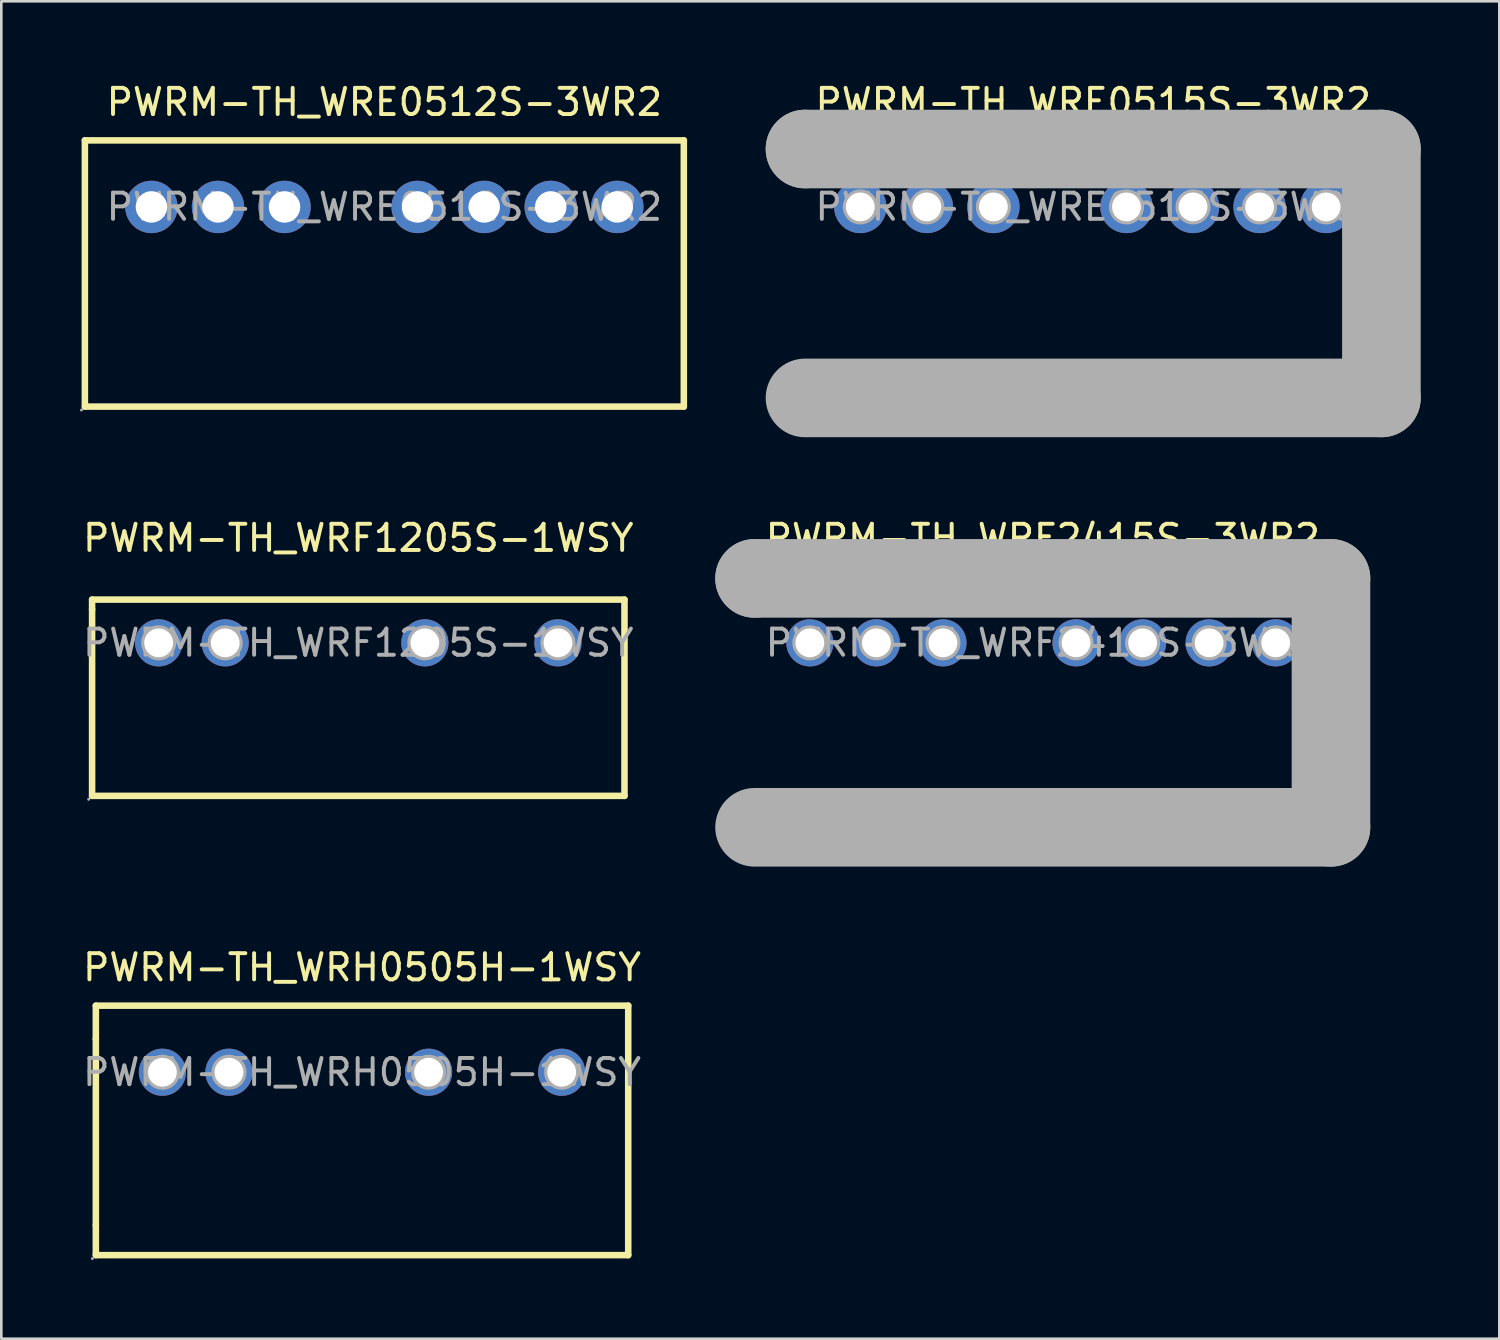
<source format=kicad_pcb>
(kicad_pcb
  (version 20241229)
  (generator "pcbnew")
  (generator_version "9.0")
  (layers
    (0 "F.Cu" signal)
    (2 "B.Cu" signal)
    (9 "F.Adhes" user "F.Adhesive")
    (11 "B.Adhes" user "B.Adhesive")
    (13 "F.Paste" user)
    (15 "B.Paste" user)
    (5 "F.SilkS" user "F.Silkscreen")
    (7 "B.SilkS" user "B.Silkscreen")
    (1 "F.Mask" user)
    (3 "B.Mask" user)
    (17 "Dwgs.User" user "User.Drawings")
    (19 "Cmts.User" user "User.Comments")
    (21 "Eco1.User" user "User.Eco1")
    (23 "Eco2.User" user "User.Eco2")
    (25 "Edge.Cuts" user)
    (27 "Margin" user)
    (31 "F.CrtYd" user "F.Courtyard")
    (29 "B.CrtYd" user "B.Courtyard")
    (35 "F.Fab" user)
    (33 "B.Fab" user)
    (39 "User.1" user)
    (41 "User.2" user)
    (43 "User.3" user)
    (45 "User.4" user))
  (footprint "PWRM-TH_WRF1205S-1WSY"
    (layer "F.Cu")
    (at 10.625 21.486)
    (property "Reference" "PWRM-TH_WRF1205S-1WSY" (at 0 -4 0) (layer "F.SilkS") (effects (font (size 1 1) (thickness 0.15))))
    (attr through_hole)
    (fp_line (start -10.16 -1.65) (end 10.16 -1.65) (stroke (width 0.25) (type solid)) (layer "F.SilkS"))
    (fp_line (start -10.16 -1.27) (end -10.16 -1.65) (stroke (width 0.25) (type solid)) (layer "F.SilkS"))
    (fp_line (start -10.16 -1.27) (end -10.16 5.84) (stroke (width 0.25) (type solid)) (layer "F.SilkS"))
    (fp_line (start 10.16 -1.65) (end 10.16 5.84) (stroke (width 0.25) (type solid)) (layer "F.SilkS"))
    (fp_line (start 10.16 5.84) (end -10.16 5.84) (stroke (width 0.25) (type solid)) (layer "F.SilkS"))
    (fp_circle (center -10.29 5.97) (end -10.26 5.97) (stroke (width 0.06) (type solid)) (fill no) (layer "F.Fab"))
    (fp_circle (center -7.62 0) (end -7.4 0) (stroke (width 0.45) (type solid)) (fill no) (layer "F.Fab"))
    (fp_circle (center -5.08 0) (end -4.86 0) (stroke (width 0.45) (type solid)) (fill no) (layer "F.Fab"))
    (fp_circle (center 2.54 0) (end 2.76 0) (stroke (width 0.45) (type solid)) (fill no) (layer "F.Fab"))
    (fp_circle (center 7.62 0) (end 7.84 0) (stroke (width 0.45) (type solid)) (fill no) (layer "F.Fab"))
    (fp_text user "${REFERENCE}" (at 0 0 0) (layer "F.Fab") (effects (font (size 1 1) (thickness 0.15))))
    (pad "1" thru_hole circle (at -7.62 0) (size 1.8 1.8) (drill 1.1) (layers "*.Cu" "*.Paste" "*.Mask"))
    (pad "2" thru_hole circle (at -5.08 0) (size 1.8 1.8) (drill 1.1) (layers "*.Cu" "*.Paste" "*.Mask"))
    (pad "5" thru_hole circle (at 2.54 0) (size 1.8 1.8) (drill 1.1) (layers "*.Cu" "*.Paste" "*.Mask"))
    (pad "7" thru_hole circle (at 7.62 0) (size 1.8 1.8) (drill 1.1) (layers "*.Cu" "*.Paste" "*.Mask")))
  (footprint "PWRM-TH_WRE0515S-3WR2"
    (layer "F.Cu")
    (at 38.675 4.848)
    (property "Reference" "PWRM-TH_WRE0515S-3WR2" (at 0 -4 0) (layer "F.SilkS") (effects (font (size 1 1) (thickness 0.15))))
    (attr through_hole)
    (fp_line (start -11 -2.21) (end -11 -2.21) (stroke (width 3) (type solid)) (layer "F.Fab"))
    (fp_line (start -11 -2.21) (end 11 -2.21) (stroke (width 3) (type solid)) (layer "F.Fab"))
    (fp_line (start 11 -2.21) (end 11 7.29) (stroke (width 3) (type solid)) (layer "F.Fab"))
    (fp_line (start 11 7.29) (end -11 7.29) (stroke (width 3) (type solid)) (layer "F.Fab"))
    (fp_circle (center -11.13 7.42) (end -11.1 7.42) (stroke (width 0.06) (type solid)) (fill no) (layer "F.Fab"))
    (fp_circle (center -8.89 0) (end -8.67 0) (stroke (width 0.45) (type solid)) (fill no) (layer "F.Fab"))
    (fp_circle (center -6.35 0) (end -6.13 0) (stroke (width 0.45) (type solid)) (fill no) (layer "F.Fab"))
    (fp_circle (center -3.81 0) (end -3.59 0) (stroke (width 0.45) (type solid)) (fill no) (layer "F.Fab"))
    (fp_circle (center 1.27 0) (end 1.49 0) (stroke (width 0.45) (type solid)) (fill no) (layer "F.Fab"))
    (fp_circle (center 3.81 0) (end 4.03 0) (stroke (width 0.45) (type solid)) (fill no) (layer "F.Fab"))
    (fp_circle (center 6.35 0) (end 6.57 0) (stroke (width 0.45) (type solid)) (fill no) (layer "F.Fab"))
    (fp_circle (center 8.89 0) (end 9.11 0) (stroke (width 0.45) (type solid)) (fill no) (layer "F.Fab"))
    (fp_text user "${REFERENCE}" (at 0 0 0) (layer "F.Fab") (effects (font (size 1 1) (thickness 0.15))))
    (pad "1" thru_hole circle (at -8.89 0) (size 2 2) (drill 1.1) (layers "*.Cu" "*.Paste" "*.Mask"))
    (pad "2" thru_hole circle (at -6.35 0) (size 2 2) (drill 1.1) (layers "*.Cu" "*.Paste" "*.Mask"))
    (pad "3" thru_hole circle (at -3.81 0) (size 2 2) (drill 1.1) (layers "*.Cu" "*.Paste" "*.Mask"))
    (pad "5" thru_hole circle (at 1.27 0) (size 2 2) (drill 1.1) (layers "*.Cu" "*.Paste" "*.Mask"))
    (pad "6" thru_hole circle (at 3.81 0) (size 2 2) (drill 1.1) (layers "*.Cu" "*.Paste" "*.Mask"))
    (pad "7" thru_hole circle (at 6.35 0) (size 2 2) (drill 1.1) (layers "*.Cu" "*.Paste" "*.Mask"))
    (pad "8" thru_hole circle (at 8.89 0) (size 2 2) (drill 1.1) (layers "*.Cu" "*.Paste" "*.Mask")))
  (footprint "PWRM-TH_WRF2415S-3WR2"
    (layer "F.Cu")
    (at 36.75 21.486)
    (property "Reference" "PWRM-TH_WRF2415S-3WR2" (at 0 -4 0) (layer "F.SilkS") (effects (font (size 1 1) (thickness 0.15))))
    (attr through_hole)
    (fp_line (start -11 -2.46) (end -11 -2.46) (stroke (width 3) (type solid)) (layer "F.Fab"))
    (fp_line (start -11 -2.46) (end 11 -2.46) (stroke (width 3) (type solid)) (layer "F.Fab"))
    (fp_line (start 11 -2.46) (end 11 7.04) (stroke (width 3) (type solid)) (layer "F.Fab"))
    (fp_line (start 11 7.04) (end -11 7.04) (stroke (width 3) (type solid)) (layer "F.Fab"))
    (fp_circle (center -11.13 7.16) (end -11.1 7.16) (stroke (width 0.06) (type solid)) (fill no) (layer "F.Fab"))
    (fp_circle (center -8.89 0) (end -8.67 0) (stroke (width 0.45) (type solid)) (fill no) (layer "F.Fab"))
    (fp_circle (center -6.35 0) (end -6.13 0) (stroke (width 0.45) (type solid)) (fill no) (layer "F.Fab"))
    (fp_circle (center -3.81 0) (end -3.59 0) (stroke (width 0.45) (type solid)) (fill no) (layer "F.Fab"))
    (fp_circle (center 1.27 0) (end 1.49 0) (stroke (width 0.45) (type solid)) (fill no) (layer "F.Fab"))
    (fp_circle (center 3.81 0) (end 4.03 0) (stroke (width 0.45) (type solid)) (fill no) (layer "F.Fab"))
    (fp_circle (center 6.35 0) (end 6.57 0) (stroke (width 0.45) (type solid)) (fill no) (layer "F.Fab"))
    (fp_circle (center 8.89 0) (end 9.11 0) (stroke (width 0.45) (type solid)) (fill no) (layer "F.Fab"))
    (fp_text user "${REFERENCE}" (at 0 0 0) (layer "F.Fab") (effects (font (size 1 1) (thickness 0.15))))
    (pad "1" thru_hole circle (at -8.89 0) (size 1.8 1.8) (drill 1.1) (layers "*.Cu" "*.Paste" "*.Mask"))
    (pad "2" thru_hole circle (at -6.35 0) (size 1.8 1.8) (drill 1.1) (layers "*.Cu" "*.Paste" "*.Mask"))
    (pad "3" thru_hole circle (at -3.81 0) (size 1.8 1.8) (drill 1.1) (layers "*.Cu" "*.Paste" "*.Mask"))
    (pad "5" thru_hole circle (at 1.27 0) (size 1.8 1.8) (drill 1.1) (layers "*.Cu" "*.Paste" "*.Mask"))
    (pad "6" thru_hole circle (at 3.81 0) (size 1.8 1.8) (drill 1.1) (layers "*.Cu" "*.Paste" "*.Mask"))
    (pad "7" thru_hole circle (at 6.35 0) (size 1.8 1.8) (drill 1.1) (layers "*.Cu" "*.Paste" "*.Mask"))
    (pad "8" thru_hole circle (at 8.89 0) (size 1.8 1.8) (drill 1.1) (layers "*.Cu" "*.Paste" "*.Mask")))
  (footprint "PWRM-TH_WRE0512S-3WR2"
    (layer "F.Cu")
    (at 11.62 4.848)
    (property "Reference" "PWRM-TH_WRE0512S-3WR2" (at 0 -4 0) (layer "F.SilkS") (effects (font (size 1 1) (thickness 0.15))))
    (attr through_hole)
    (fp_line (start -11.43 -2.54) (end 11.43 -2.54) (stroke (width 0.25) (type solid)) (layer "F.SilkS"))
    (fp_line (start -11.43 7.62) (end -11.43 -2.54) (stroke (width 0.25) (type solid)) (layer "F.SilkS"))
    (fp_line (start 11.43 -2.54) (end 11.43 7.62) (stroke (width 0.25) (type solid)) (layer "F.SilkS"))
    (fp_line (start 11.43 7.62) (end -11.43 7.62) (stroke (width 0.25) (type solid)) (layer "F.SilkS"))
    (fp_circle (center -11.56 7.75) (end -11.53 7.75) (stroke (width 0.06) (type solid)) (fill no) (layer "F.Fab"))
    (fp_circle (center -8.89 0) (end -8.64 0) (stroke (width 0.5) (type solid)) (fill no) (layer "F.Fab"))
    (fp_circle (center -6.35 0) (end -6.1 0) (stroke (width 0.5) (type solid)) (fill no) (layer "F.Fab"))
    (fp_circle (center -3.81 0) (end -3.56 0) (stroke (width 0.5) (type solid)) (fill no) (layer "F.Fab"))
    (fp_circle (center 1.27 0) (end 1.52 0) (stroke (width 0.5) (type solid)) (fill no) (layer "F.Fab"))
    (fp_circle (center 3.81 0) (end 4.06 0) (stroke (width 0.5) (type solid)) (fill no) (layer "F.Fab"))
    (fp_circle (center 6.35 0) (end 6.6 0) (stroke (width 0.5) (type solid)) (fill no) (layer "F.Fab"))
    (fp_circle (center 8.89 0) (end 9.14 0) (stroke (width 0.5) (type solid)) (fill no) (layer "F.Fab"))
    (fp_text user "${REFERENCE}" (at 0 0 0) (layer "F.Fab") (effects (font (size 1 1) (thickness 0.15))))
    (pad "1" thru_hole circle (at -8.89 0) (size 2 2) (drill 1.2) (layers "*.Cu" "*.Paste" "*.Mask"))
    (pad "2" thru_hole circle (at -6.35 0) (size 2 2) (drill 1.2) (layers "*.Cu" "*.Paste" "*.Mask"))
    (pad "3" thru_hole circle (at -3.81 0) (size 2 2) (drill 1.2) (layers "*.Cu" "*.Paste" "*.Mask"))
    (pad "5" thru_hole circle (at 1.27 0) (size 2 2) (drill 1.2) (layers "*.Cu" "*.Paste" "*.Mask"))
    (pad "6" thru_hole circle (at 3.81 0) (size 2 2) (drill 1.2) (layers "*.Cu" "*.Paste" "*.Mask"))
    (pad "7" thru_hole circle (at 6.35 0) (size 2 2) (drill 1.2) (layers "*.Cu" "*.Paste" "*.Mask"))
    (pad "8" thru_hole circle (at 8.89 0) (size 2 2) (drill 1.2) (layers "*.Cu" "*.Paste" "*.Mask")))
  (footprint "PWRM-TH_WRH0505H-1WSY"
    (layer "F.Cu")
    (at 10.768 37.875)
    (property "Reference" "PWRM-TH_WRH0505H-1WSY" (at 0 -4 0) (layer "F.SilkS") (effects (font (size 1 1) (thickness 0.15))))
    (attr through_hole)
    (fp_line (start -10.16 -2.54) (end 10.16 -2.54) (stroke (width 0.25) (type solid)) (layer "F.SilkS"))
    (fp_line (start -10.16 -1.27) (end -10.16 -2.54) (stroke (width 0.25) (type solid)) (layer "F.SilkS"))
    (fp_line (start -10.16 -1.27) (end -10.16 5.84) (stroke (width 0.25) (type solid)) (layer "F.SilkS"))
    (fp_line (start -10.16 6.98) (end -10.16 5.84) (stroke (width 0.25) (type solid)) (layer "F.SilkS"))
    (fp_line (start 10.16 -2.54) (end 10.16 6.98) (stroke (width 0.25) (type solid)) (layer "F.SilkS"))
    (fp_line (start 10.16 6.98) (end -10.16 6.98) (stroke (width 0.25) (type solid)) (layer "F.SilkS"))
    (fp_circle (center -10.29 7.11) (end -10.26 7.11) (stroke (width 0.06) (type solid)) (fill no) (layer "F.Fab"))
    (fp_circle (center -7.62 0) (end -7.4 0) (stroke (width 0.45) (type solid)) (fill no) (layer "F.Fab"))
    (fp_circle (center -5.08 0) (end -4.86 0) (stroke (width 0.45) (type solid)) (fill no) (layer "F.Fab"))
    (fp_circle (center 2.54 0) (end 2.76 0) (stroke (width 0.45) (type solid)) (fill no) (layer "F.Fab"))
    (fp_circle (center 7.62 0) (end 7.84 0) (stroke (width 0.45) (type solid)) (fill no) (layer "F.Fab"))
    (fp_text user "${REFERENCE}" (at 0 0 0) (layer "F.Fab") (effects (font (size 1 1) (thickness 0.15))))
    (pad "1" thru_hole circle (at -7.62 0) (size 1.8 1.8) (drill 1.1) (layers "*.Cu" "*.Paste" "*.Mask"))
    (pad "2" thru_hole circle (at -5.08 0) (size 1.8 1.8) (drill 1.1) (layers "*.Cu" "*.Paste" "*.Mask"))
    (pad "5" thru_hole circle (at 2.54 0) (size 1.8 1.8) (drill 1.1) (layers "*.Cu" "*.Paste" "*.Mask"))
    (pad "7" thru_hole circle (at 7.62 0) (size 1.8 1.8) (drill 1.1) (layers "*.Cu" "*.Paste" "*.Mask")))
  (gr_rect
    (start -3 -3)
    (end 54.175 48.045)
    (stroke (width 0.1) (type default))
    (fill no)
    (layer "Edge.Cuts")))
</source>
